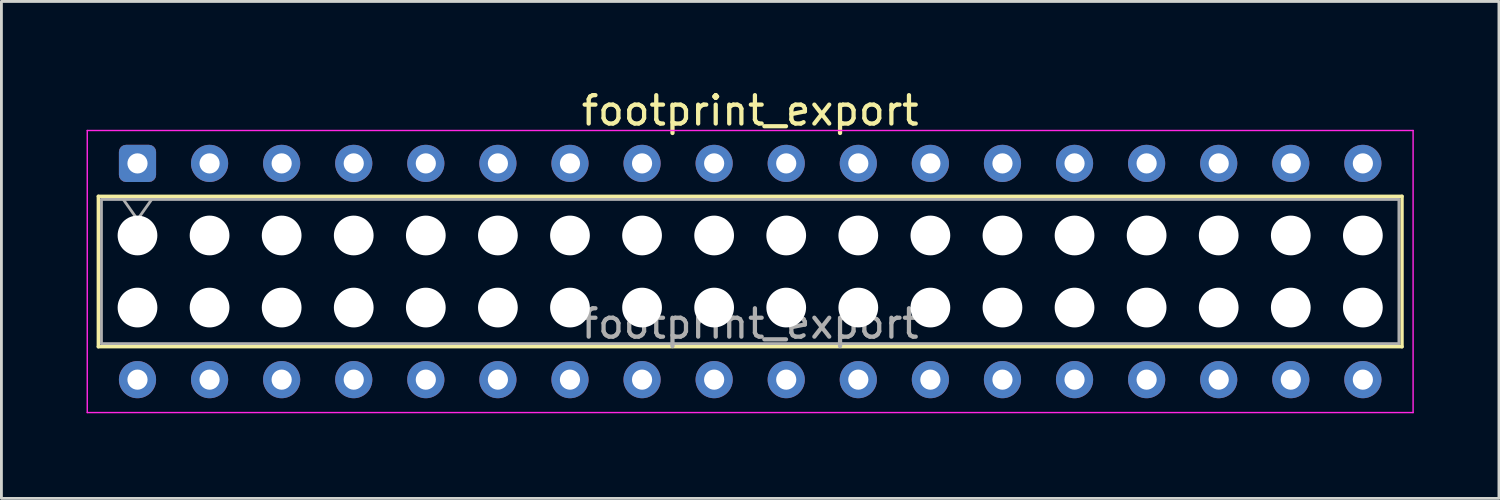
<source format=kicad_pcb>
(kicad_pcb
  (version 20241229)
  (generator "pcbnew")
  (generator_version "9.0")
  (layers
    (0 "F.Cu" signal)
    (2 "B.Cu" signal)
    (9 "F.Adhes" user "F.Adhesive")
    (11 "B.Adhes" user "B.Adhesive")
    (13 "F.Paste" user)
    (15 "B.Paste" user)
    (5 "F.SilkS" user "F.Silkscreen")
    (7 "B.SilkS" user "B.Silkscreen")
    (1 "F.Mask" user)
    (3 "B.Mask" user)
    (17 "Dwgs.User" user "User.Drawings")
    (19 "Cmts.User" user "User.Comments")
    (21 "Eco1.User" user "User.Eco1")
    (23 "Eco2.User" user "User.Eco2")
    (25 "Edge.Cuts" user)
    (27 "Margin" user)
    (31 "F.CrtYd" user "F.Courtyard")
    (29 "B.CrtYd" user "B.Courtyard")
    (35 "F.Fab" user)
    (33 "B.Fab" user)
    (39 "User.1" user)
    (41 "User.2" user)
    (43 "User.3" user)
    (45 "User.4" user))
  (footprint "footprint_export"
    (layer "F.Cu")
    (at 1.795 2.708)
    (property "Reference" "footprint_export" (at 21.59 -1.86 0) (layer "F.SilkS") (effects (font (size 1 1) (thickness 0.15))))
    (attr through_hole)
    (fp_line (start -1.38 1.16) (end 44.56 1.16) (stroke (width 0.12) (type solid)) (layer "F.SilkS"))
    (fp_line (start -1.38 6.46) (end -1.38 1.16) (stroke (width 0.12) (type solid)) (layer "F.SilkS"))
    (fp_line (start 44.56 1.16) (end 44.56 6.46) (stroke (width 0.12) (type solid)) (layer "F.SilkS"))
    (fp_line (start 44.56 6.46) (end -1.38 6.46) (stroke (width 0.12) (type solid)) (layer "F.SilkS"))
    (fp_line (start -1.77 -1.16) (end 44.95 -1.16) (stroke (width 0.05) (type solid)) (layer "F.CrtYd"))
    (fp_line (start -1.77 8.78) (end -1.77 -1.16) (stroke (width 0.05) (type solid)) (layer "F.CrtYd"))
    (fp_line (start 44.95 -1.16) (end 44.95 8.78) (stroke (width 0.05) (type solid)) (layer "F.CrtYd"))
    (fp_line (start 44.95 8.78) (end -1.77 8.78) (stroke (width 0.05) (type solid)) (layer "F.CrtYd"))
    (fp_line (start -1.27 1.27) (end 44.45 1.27) (stroke (width 0.1) (type solid)) (layer "F.Fab"))
    (fp_line (start -1.27 6.35) (end -1.27 1.27) (stroke (width 0.1) (type solid)) (layer "F.Fab"))
    (fp_line (start -0.5 1.27) (end 0 1.977) (stroke (width 0.1) (type solid)) (layer "F.Fab"))
    (fp_line (start 0 1.977) (end 0.5 1.27) (stroke (width 0.1) (type solid)) (layer "F.Fab"))
    (fp_line (start 44.45 1.27) (end 44.45 6.35) (stroke (width 0.1) (type solid)) (layer "F.Fab"))
    (fp_line (start 44.45 6.35) (end -1.27 6.35) (stroke (width 0.1) (type solid)) (layer "F.Fab"))
    (fp_text user "${REFERENCE}" (at 21.59 5.65 0) (layer "F.Fab") (effects (font (size 1 1) (thickness 0.15))))
    (pad "" np_thru_hole circle (at 0 2.54) (size 1.4 1.4) (drill 1.4) (layers "*.Cu" "*.Mask"))
    (pad "" np_thru_hole circle (at 0 5.08) (size 1.4 1.4) (drill 1.4) (layers "*.Cu" "*.Mask"))
    (pad "" np_thru_hole circle (at 2.54 2.54) (size 1.4 1.4) (drill 1.4) (layers "*.Cu" "*.Mask"))
    (pad "" np_thru_hole circle (at 2.54 5.08) (size 1.4 1.4) (drill 1.4) (layers "*.Cu" "*.Mask"))
    (pad "" np_thru_hole circle (at 5.08 2.54) (size 1.4 1.4) (drill 1.4) (layers "*.Cu" "*.Mask"))
    (pad "" np_thru_hole circle (at 5.08 5.08) (size 1.4 1.4) (drill 1.4) (layers "*.Cu" "*.Mask"))
    (pad "" np_thru_hole circle (at 7.62 2.54) (size 1.4 1.4) (drill 1.4) (layers "*.Cu" "*.Mask"))
    (pad "" np_thru_hole circle (at 7.62 5.08) (size 1.4 1.4) (drill 1.4) (layers "*.Cu" "*.Mask"))
    (pad "" np_thru_hole circle (at 10.16 2.54) (size 1.4 1.4) (drill 1.4) (layers "*.Cu" "*.Mask"))
    (pad "" np_thru_hole circle (at 10.16 5.08) (size 1.4 1.4) (drill 1.4) (layers "*.Cu" "*.Mask"))
    (pad "" np_thru_hole circle (at 12.7 2.54) (size 1.4 1.4) (drill 1.4) (layers "*.Cu" "*.Mask"))
    (pad "" np_thru_hole circle (at 12.7 5.08) (size 1.4 1.4) (drill 1.4) (layers "*.Cu" "*.Mask"))
    (pad "" np_thru_hole circle (at 15.24 2.54) (size 1.4 1.4) (drill 1.4) (layers "*.Cu" "*.Mask"))
    (pad "" np_thru_hole circle (at 15.24 5.08) (size 1.4 1.4) (drill 1.4) (layers "*.Cu" "*.Mask"))
    (pad "" np_thru_hole circle (at 17.78 2.54) (size 1.4 1.4) (drill 1.4) (layers "*.Cu" "*.Mask"))
    (pad "" np_thru_hole circle (at 17.78 5.08) (size 1.4 1.4) (drill 1.4) (layers "*.Cu" "*.Mask"))
    (pad "" np_thru_hole circle (at 20.32 2.54) (size 1.4 1.4) (drill 1.4) (layers "*.Cu" "*.Mask"))
    (pad "" np_thru_hole circle (at 20.32 5.08) (size 1.4 1.4) (drill 1.4) (layers "*.Cu" "*.Mask"))
    (pad "" np_thru_hole circle (at 22.86 2.54) (size 1.4 1.4) (drill 1.4) (layers "*.Cu" "*.Mask"))
    (pad "" np_thru_hole circle (at 22.86 5.08) (size 1.4 1.4) (drill 1.4) (layers "*.Cu" "*.Mask"))
    (pad "" np_thru_hole circle (at 25.4 2.54) (size 1.4 1.4) (drill 1.4) (layers "*.Cu" "*.Mask"))
    (pad "" np_thru_hole circle (at 25.4 5.08) (size 1.4 1.4) (drill 1.4) (layers "*.Cu" "*.Mask"))
    (pad "" np_thru_hole circle (at 27.94 2.54) (size 1.4 1.4) (drill 1.4) (layers "*.Cu" "*.Mask"))
    (pad "" np_thru_hole circle (at 27.94 5.08) (size 1.4 1.4) (drill 1.4) (layers "*.Cu" "*.Mask"))
    (pad "" np_thru_hole circle (at 30.48 2.54) (size 1.4 1.4) (drill 1.4) (layers "*.Cu" "*.Mask"))
    (pad "" np_thru_hole circle (at 30.48 5.08) (size 1.4 1.4) (drill 1.4) (layers "*.Cu" "*.Mask"))
    (pad "" np_thru_hole circle (at 33.02 2.54) (size 1.4 1.4) (drill 1.4) (layers "*.Cu" "*.Mask"))
    (pad "" np_thru_hole circle (at 33.02 5.08) (size 1.4 1.4) (drill 1.4) (layers "*.Cu" "*.Mask"))
    (pad "" np_thru_hole circle (at 35.56 2.54) (size 1.4 1.4) (drill 1.4) (layers "*.Cu" "*.Mask"))
    (pad "" np_thru_hole circle (at 35.56 5.08) (size 1.4 1.4) (drill 1.4) (layers "*.Cu" "*.Mask"))
    (pad "" np_thru_hole circle (at 38.1 2.54) (size 1.4 1.4) (drill 1.4) (layers "*.Cu" "*.Mask"))
    (pad "" np_thru_hole circle (at 38.1 5.08) (size 1.4 1.4) (drill 1.4) (layers "*.Cu" "*.Mask"))
    (pad "" np_thru_hole circle (at 40.64 2.54) (size 1.4 1.4) (drill 1.4) (layers "*.Cu" "*.Mask"))
    (pad "" np_thru_hole circle (at 40.64 5.08) (size 1.4 1.4) (drill 1.4) (layers "*.Cu" "*.Mask"))
    (pad "" np_thru_hole circle (at 43.18 2.54) (size 1.4 1.4) (drill 1.4) (layers "*.Cu" "*.Mask"))
    (pad "" np_thru_hole circle (at 43.18 5.08) (size 1.4 1.4) (drill 1.4) (layers "*.Cu" "*.Mask"))
    (pad "1" thru_hole roundrect (at 0 0) (size 1.31 1.31) (drill 0.71) (layers "*.Cu" "*.Mask") (roundrect_rratio 0.191))
    (pad "2" thru_hole circle (at 0 7.62) (size 1.31 1.31) (drill 0.71) (layers "*.Cu" "*.Mask"))
    (pad "3" thru_hole circle (at 2.54 0) (size 1.31 1.31) (drill 0.71) (layers "*.Cu" "*.Mask"))
    (pad "4" thru_hole circle (at 2.54 7.62) (size 1.31 1.31) (drill 0.71) (layers "*.Cu" "*.Mask"))
    (pad "5" thru_hole circle (at 5.08 0) (size 1.31 1.31) (drill 0.71) (layers "*.Cu" "*.Mask"))
    (pad "6" thru_hole circle (at 5.08 7.62) (size 1.31 1.31) (drill 0.71) (layers "*.Cu" "*.Mask"))
    (pad "7" thru_hole circle (at 7.62 0) (size 1.31 1.31) (drill 0.71) (layers "*.Cu" "*.Mask"))
    (pad "8" thru_hole circle (at 7.62 7.62) (size 1.31 1.31) (drill 0.71) (layers "*.Cu" "*.Mask"))
    (pad "9" thru_hole circle (at 10.16 0) (size 1.31 1.31) (drill 0.71) (layers "*.Cu" "*.Mask"))
    (pad "10" thru_hole circle (at 10.16 7.62) (size 1.31 1.31) (drill 0.71) (layers "*.Cu" "*.Mask"))
    (pad "11" thru_hole circle (at 12.7 0) (size 1.31 1.31) (drill 0.71) (layers "*.Cu" "*.Mask"))
    (pad "12" thru_hole circle (at 12.7 7.62) (size 1.31 1.31) (drill 0.71) (layers "*.Cu" "*.Mask"))
    (pad "13" thru_hole circle (at 15.24 0) (size 1.31 1.31) (drill 0.71) (layers "*.Cu" "*.Mask"))
    (pad "14" thru_hole circle (at 15.24 7.62) (size 1.31 1.31) (drill 0.71) (layers "*.Cu" "*.Mask"))
    (pad "15" thru_hole circle (at 17.78 0) (size 1.31 1.31) (drill 0.71) (layers "*.Cu" "*.Mask"))
    (pad "16" thru_hole circle (at 17.78 7.62) (size 1.31 1.31) (drill 0.71) (layers "*.Cu" "*.Mask"))
    (pad "17" thru_hole circle (at 20.32 0) (size 1.31 1.31) (drill 0.71) (layers "*.Cu" "*.Mask"))
    (pad "18" thru_hole circle (at 20.32 7.62) (size 1.31 1.31) (drill 0.71) (layers "*.Cu" "*.Mask"))
    (pad "19" thru_hole circle (at 22.86 0) (size 1.31 1.31) (drill 0.71) (layers "*.Cu" "*.Mask"))
    (pad "20" thru_hole circle (at 22.86 7.62) (size 1.31 1.31) (drill 0.71) (layers "*.Cu" "*.Mask"))
    (pad "21" thru_hole circle (at 25.4 0) (size 1.31 1.31) (drill 0.71) (layers "*.Cu" "*.Mask"))
    (pad "22" thru_hole circle (at 25.4 7.62) (size 1.31 1.31) (drill 0.71) (layers "*.Cu" "*.Mask"))
    (pad "23" thru_hole circle (at 27.94 0) (size 1.31 1.31) (drill 0.71) (layers "*.Cu" "*.Mask"))
    (pad "24" thru_hole circle (at 27.94 7.62) (size 1.31 1.31) (drill 0.71) (layers "*.Cu" "*.Mask"))
    (pad "25" thru_hole circle (at 30.48 0) (size 1.31 1.31) (drill 0.71) (layers "*.Cu" "*.Mask"))
    (pad "26" thru_hole circle (at 30.48 7.62) (size 1.31 1.31) (drill 0.71) (layers "*.Cu" "*.Mask"))
    (pad "27" thru_hole circle (at 33.02 0) (size 1.31 1.31) (drill 0.71) (layers "*.Cu" "*.Mask"))
    (pad "28" thru_hole circle (at 33.02 7.62) (size 1.31 1.31) (drill 0.71) (layers "*.Cu" "*.Mask"))
    (pad "29" thru_hole circle (at 35.56 0) (size 1.31 1.31) (drill 0.71) (layers "*.Cu" "*.Mask"))
    (pad "30" thru_hole circle (at 35.56 7.62) (size 1.31 1.31) (drill 0.71) (layers "*.Cu" "*.Mask"))
    (pad "31" thru_hole circle (at 38.1 0) (size 1.31 1.31) (drill 0.71) (layers "*.Cu" "*.Mask"))
    (pad "32" thru_hole circle (at 38.1 7.62) (size 1.31 1.31) (drill 0.71) (layers "*.Cu" "*.Mask"))
    (pad "33" thru_hole circle (at 40.64 0) (size 1.31 1.31) (drill 0.71) (layers "*.Cu" "*.Mask"))
    (pad "34" thru_hole circle (at 40.64 7.62) (size 1.31 1.31) (drill 0.71) (layers "*.Cu" "*.Mask"))
    (pad "35" thru_hole circle (at 43.18 0) (size 1.31 1.31) (drill 0.71) (layers "*.Cu" "*.Mask"))
    (pad "36" thru_hole circle (at 43.18 7.62) (size 1.31 1.31) (drill 0.71) (layers "*.Cu" "*.Mask")))
  (gr_rect
    (start -3 -3)
    (end 49.77 14.513)
    (stroke (width 0.1) (type default))
    (fill no)
    (layer "Edge.Cuts")))
</source>
